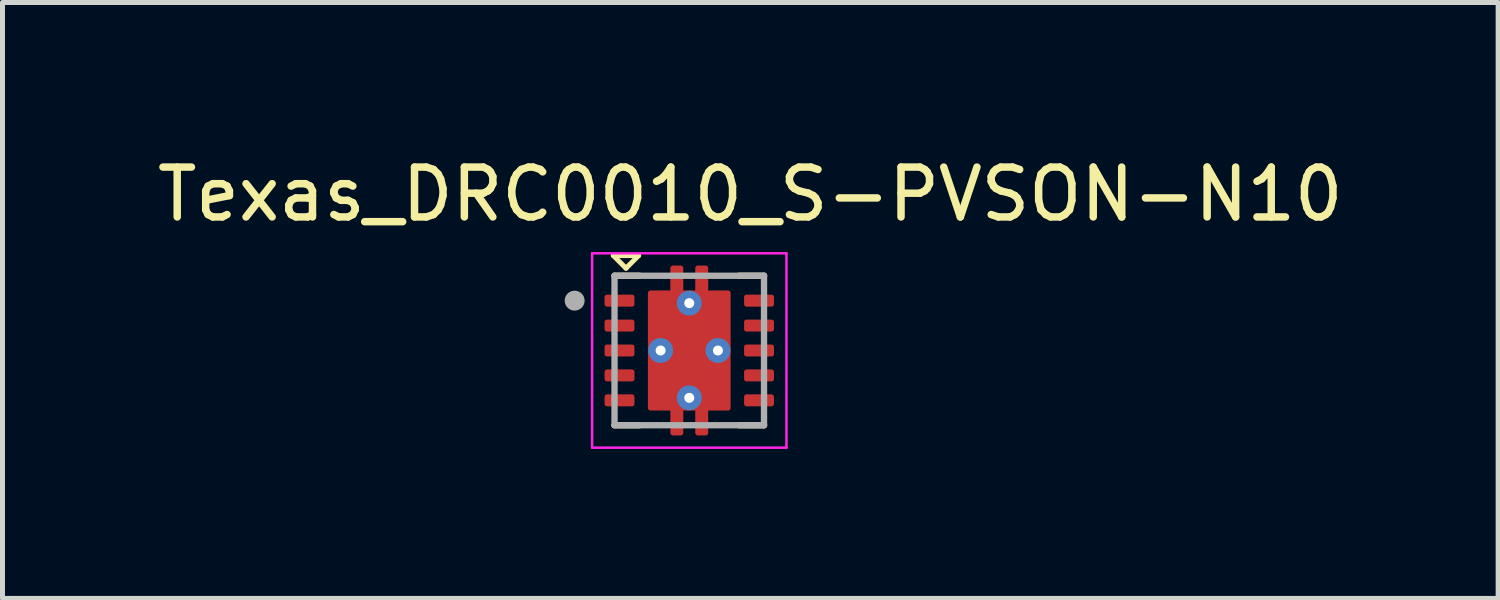
<source format=kicad_pcb>
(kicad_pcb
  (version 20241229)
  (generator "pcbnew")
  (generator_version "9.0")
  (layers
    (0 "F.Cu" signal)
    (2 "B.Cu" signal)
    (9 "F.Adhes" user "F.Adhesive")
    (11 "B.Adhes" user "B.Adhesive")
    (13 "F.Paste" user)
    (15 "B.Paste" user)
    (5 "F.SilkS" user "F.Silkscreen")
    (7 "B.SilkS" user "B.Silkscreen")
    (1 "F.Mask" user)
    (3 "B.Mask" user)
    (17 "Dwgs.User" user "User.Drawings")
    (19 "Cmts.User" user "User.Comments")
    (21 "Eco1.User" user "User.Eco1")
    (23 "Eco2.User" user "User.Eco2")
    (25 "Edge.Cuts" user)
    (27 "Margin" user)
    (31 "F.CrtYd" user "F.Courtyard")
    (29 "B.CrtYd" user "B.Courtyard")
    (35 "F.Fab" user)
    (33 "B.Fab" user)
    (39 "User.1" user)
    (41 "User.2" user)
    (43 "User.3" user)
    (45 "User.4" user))
  (footprint "Texas_DRC0010_S-PVSON-N10"
    (layer "F.Cu")
    (at 10.781 3.983)
    (property "Reference" "Texas_DRC0010_S-PVSON-N10" (at 1.225 -3.135 0) (layer "F.SilkS") (effects (font (size 1 1) (thickness 0.15))))
    (attr smd)
    (fp_poly (pts (xy -1.65 -0.81) (xy -1.15 -0.81) (xy -1.144 -0.81) (xy -1.137 -0.811) (xy -1.131 -0.811) (xy -1.125 -0.813) (xy -1.119 -0.814) (xy -1.113 -0.816) (xy -1.107 -0.818) (xy -1.101 -0.82) (xy -1.096 -0.823) (xy -1.09 -0.826) (xy -1.085 -0.829) (xy -1.079 -0.833) (xy -1.074 -0.837) (xy -1.07 -0.841) (xy -1.065 -0.845) (xy -1.061 -0.85) (xy -1.057 -0.854) (xy -1.053 -0.859) (xy -1.049 -0.865) (xy -1.046 -0.87) (xy -1.043 -0.876) (xy -1.04 -0.881) (xy -1.038 -0.887) (xy -1.036 -0.893) (xy -1.034 -0.899) (xy -1.033 -0.905) (xy -1.031 -0.911) (xy -1.031 -0.917) (xy -1.03 -0.924) (xy -1.03 -0.93) (xy -1.03 -1.07) (xy -1.03 -1.076) (xy -1.031 -1.083) (xy -1.031 -1.089) (xy -1.033 -1.095) (xy -1.034 -1.101) (xy -1.036 -1.107) (xy -1.038 -1.113) (xy -1.04 -1.119) (xy -1.043 -1.124) (xy -1.046 -1.13) (xy -1.049 -1.135) (xy -1.053 -1.141) (xy -1.057 -1.146) (xy -1.061 -1.15) (xy -1.065 -1.155) (xy -1.07 -1.159) (xy -1.074 -1.163) (xy -1.079 -1.167) (xy -1.085 -1.171) (xy -1.09 -1.174) (xy -1.096 -1.177) (xy -1.101 -1.18) (xy -1.107 -1.182) (xy -1.113 -1.184) (xy -1.119 -1.186) (xy -1.125 -1.187) (xy -1.131 -1.189) (xy -1.137 -1.189) (xy -1.144 -1.19) (xy -1.15 -1.19) (xy -1.65 -1.19) (xy -1.656 -1.19) (xy -1.663 -1.189) (xy -1.669 -1.189) (xy -1.675 -1.187) (xy -1.681 -1.186) (xy -1.687 -1.184) (xy -1.693 -1.182) (xy -1.699 -1.18) (xy -1.704 -1.177) (xy -1.71 -1.174) (xy -1.715 -1.171) (xy -1.721 -1.167) (xy -1.726 -1.163) (xy -1.73 -1.159) (xy -1.735 -1.155) (xy -1.739 -1.15) (xy -1.743 -1.146) (xy -1.747 -1.141) (xy -1.751 -1.135) (xy -1.754 -1.13) (xy -1.757 -1.124) (xy -1.76 -1.119) (xy -1.762 -1.113) (xy -1.764 -1.107) (xy -1.766 -1.101) (xy -1.767 -1.095) (xy -1.769 -1.089) (xy -1.769 -1.083) (xy -1.77 -1.076) (xy -1.77 -1.07) (xy -1.77 -0.93) (xy -1.77 -0.924) (xy -1.769 -0.917) (xy -1.769 -0.911) (xy -1.767 -0.905) (xy -1.766 -0.899) (xy -1.764 -0.893) (xy -1.762 -0.887) (xy -1.76 -0.881) (xy -1.757 -0.876) (xy -1.754 -0.87) (xy -1.751 -0.865) (xy -1.747 -0.859) (xy -1.743 -0.854) (xy -1.739 -0.85) (xy -1.735 -0.845) (xy -1.73 -0.841) (xy -1.726 -0.837) (xy -1.721 -0.833) (xy -1.715 -0.829) (xy -1.71 -0.826) (xy -1.704 -0.823) (xy -1.699 -0.82) (xy -1.693 -0.818) (xy -1.687 -0.816) (xy -1.681 -0.814) (xy -1.675 -0.813) (xy -1.669 -0.811) (xy -1.663 -0.811) (xy -1.656 -0.81) (xy -1.65 -0.81)) (stroke (width 0.01) (type solid)) (fill yes) (layer "F.Mask"))
    (fp_poly (pts (xy -1.65 -0.31) (xy -1.15 -0.31) (xy -1.144 -0.31) (xy -1.137 -0.311) (xy -1.131 -0.311) (xy -1.125 -0.313) (xy -1.119 -0.314) (xy -1.113 -0.316) (xy -1.107 -0.318) (xy -1.101 -0.32) (xy -1.096 -0.323) (xy -1.09 -0.326) (xy -1.085 -0.329) (xy -1.079 -0.333) (xy -1.074 -0.337) (xy -1.07 -0.341) (xy -1.065 -0.345) (xy -1.061 -0.35) (xy -1.057 -0.354) (xy -1.053 -0.359) (xy -1.049 -0.365) (xy -1.046 -0.37) (xy -1.043 -0.376) (xy -1.04 -0.381) (xy -1.038 -0.387) (xy -1.036 -0.393) (xy -1.034 -0.399) (xy -1.033 -0.405) (xy -1.031 -0.411) (xy -1.031 -0.417) (xy -1.03 -0.424) (xy -1.03 -0.43) (xy -1.03 -0.57) (xy -1.03 -0.576) (xy -1.031 -0.583) (xy -1.031 -0.589) (xy -1.033 -0.595) (xy -1.034 -0.601) (xy -1.036 -0.607) (xy -1.038 -0.613) (xy -1.04 -0.619) (xy -1.043 -0.624) (xy -1.046 -0.63) (xy -1.049 -0.635) (xy -1.053 -0.641) (xy -1.057 -0.646) (xy -1.061 -0.65) (xy -1.065 -0.655) (xy -1.07 -0.659) (xy -1.074 -0.663) (xy -1.079 -0.667) (xy -1.085 -0.671) (xy -1.09 -0.674) (xy -1.096 -0.677) (xy -1.101 -0.68) (xy -1.107 -0.682) (xy -1.113 -0.684) (xy -1.119 -0.686) (xy -1.125 -0.687) (xy -1.131 -0.689) (xy -1.137 -0.689) (xy -1.144 -0.69) (xy -1.15 -0.69) (xy -1.65 -0.69) (xy -1.656 -0.69) (xy -1.663 -0.689) (xy -1.669 -0.689) (xy -1.675 -0.687) (xy -1.681 -0.686) (xy -1.687 -0.684) (xy -1.693 -0.682) (xy -1.699 -0.68) (xy -1.704 -0.677) (xy -1.71 -0.674) (xy -1.715 -0.671) (xy -1.721 -0.667) (xy -1.726 -0.663) (xy -1.73 -0.659) (xy -1.735 -0.655) (xy -1.739 -0.65) (xy -1.743 -0.646) (xy -1.747 -0.641) (xy -1.751 -0.635) (xy -1.754 -0.63) (xy -1.757 -0.624) (xy -1.76 -0.619) (xy -1.762 -0.613) (xy -1.764 -0.607) (xy -1.766 -0.601) (xy -1.767 -0.595) (xy -1.769 -0.589) (xy -1.769 -0.583) (xy -1.77 -0.576) (xy -1.77 -0.57) (xy -1.77 -0.43) (xy -1.77 -0.424) (xy -1.769 -0.417) (xy -1.769 -0.411) (xy -1.767 -0.405) (xy -1.766 -0.399) (xy -1.764 -0.393) (xy -1.762 -0.387) (xy -1.76 -0.381) (xy -1.757 -0.376) (xy -1.754 -0.37) (xy -1.751 -0.365) (xy -1.747 -0.359) (xy -1.743 -0.354) (xy -1.739 -0.35) (xy -1.735 -0.345) (xy -1.73 -0.341) (xy -1.726 -0.337) (xy -1.721 -0.333) (xy -1.715 -0.329) (xy -1.71 -0.326) (xy -1.704 -0.323) (xy -1.699 -0.32) (xy -1.693 -0.318) (xy -1.687 -0.316) (xy -1.681 -0.314) (xy -1.675 -0.313) (xy -1.669 -0.311) (xy -1.663 -0.311) (xy -1.656 -0.31) (xy -1.65 -0.31)) (stroke (width 0.01) (type solid)) (fill yes) (layer "F.Mask"))
    (fp_poly (pts (xy -1.65 0.19) (xy -1.15 0.19) (xy -1.144 0.19) (xy -1.137 0.189) (xy -1.131 0.189) (xy -1.125 0.187) (xy -1.119 0.186) (xy -1.113 0.184) (xy -1.107 0.182) (xy -1.101 0.18) (xy -1.096 0.177) (xy -1.09 0.174) (xy -1.085 0.171) (xy -1.079 0.167) (xy -1.074 0.163) (xy -1.07 0.159) (xy -1.065 0.155) (xy -1.061 0.15) (xy -1.057 0.146) (xy -1.053 0.141) (xy -1.049 0.135) (xy -1.046 0.13) (xy -1.043 0.124) (xy -1.04 0.119) (xy -1.038 0.113) (xy -1.036 0.107) (xy -1.034 0.101) (xy -1.033 0.095) (xy -1.031 0.089) (xy -1.031 0.083) (xy -1.03 0.076) (xy -1.03 0.07) (xy -1.03 -0.07) (xy -1.03 -0.076) (xy -1.031 -0.083) (xy -1.031 -0.089) (xy -1.033 -0.095) (xy -1.034 -0.101) (xy -1.036 -0.107) (xy -1.038 -0.113) (xy -1.04 -0.119) (xy -1.043 -0.124) (xy -1.046 -0.13) (xy -1.049 -0.135) (xy -1.053 -0.141) (xy -1.057 -0.146) (xy -1.061 -0.15) (xy -1.065 -0.155) (xy -1.07 -0.159) (xy -1.074 -0.163) (xy -1.079 -0.167) (xy -1.085 -0.171) (xy -1.09 -0.174) (xy -1.096 -0.177) (xy -1.101 -0.18) (xy -1.107 -0.182) (xy -1.113 -0.184) (xy -1.119 -0.186) (xy -1.125 -0.187) (xy -1.131 -0.189) (xy -1.137 -0.189) (xy -1.144 -0.19) (xy -1.15 -0.19) (xy -1.65 -0.19) (xy -1.656 -0.19) (xy -1.663 -0.189) (xy -1.669 -0.189) (xy -1.675 -0.187) (xy -1.681 -0.186) (xy -1.687 -0.184) (xy -1.693 -0.182) (xy -1.699 -0.18) (xy -1.704 -0.177) (xy -1.71 -0.174) (xy -1.715 -0.171) (xy -1.721 -0.167) (xy -1.726 -0.163) (xy -1.73 -0.159) (xy -1.735 -0.155) (xy -1.739 -0.15) (xy -1.743 -0.146) (xy -1.747 -0.141) (xy -1.751 -0.135) (xy -1.754 -0.13) (xy -1.757 -0.124) (xy -1.76 -0.119) (xy -1.762 -0.113) (xy -1.764 -0.107) (xy -1.766 -0.101) (xy -1.767 -0.095) (xy -1.769 -0.089) (xy -1.769 -0.083) (xy -1.77 -0.076) (xy -1.77 -0.07) (xy -1.77 0.07) (xy -1.77 0.076) (xy -1.769 0.083) (xy -1.769 0.089) (xy -1.767 0.095) (xy -1.766 0.101) (xy -1.764 0.107) (xy -1.762 0.113) (xy -1.76 0.119) (xy -1.757 0.124) (xy -1.754 0.13) (xy -1.751 0.135) (xy -1.747 0.141) (xy -1.743 0.146) (xy -1.739 0.15) (xy -1.735 0.155) (xy -1.73 0.159) (xy -1.726 0.163) (xy -1.721 0.167) (xy -1.715 0.171) (xy -1.71 0.174) (xy -1.704 0.177) (xy -1.699 0.18) (xy -1.693 0.182) (xy -1.687 0.184) (xy -1.681 0.186) (xy -1.675 0.187) (xy -1.669 0.189) (xy -1.663 0.189) (xy -1.656 0.19) (xy -1.65 0.19)) (stroke (width 0.01) (type solid)) (fill yes) (layer "F.Mask"))
    (fp_poly (pts (xy -1.65 0.69) (xy -1.15 0.69) (xy -1.144 0.69) (xy -1.137 0.689) (xy -1.131 0.689) (xy -1.125 0.687) (xy -1.119 0.686) (xy -1.113 0.684) (xy -1.107 0.682) (xy -1.101 0.68) (xy -1.096 0.677) (xy -1.09 0.674) (xy -1.085 0.671) (xy -1.079 0.667) (xy -1.074 0.663) (xy -1.07 0.659) (xy -1.065 0.655) (xy -1.061 0.65) (xy -1.057 0.646) (xy -1.053 0.641) (xy -1.049 0.635) (xy -1.046 0.63) (xy -1.043 0.624) (xy -1.04 0.619) (xy -1.038 0.613) (xy -1.036 0.607) (xy -1.034 0.601) (xy -1.033 0.595) (xy -1.031 0.589) (xy -1.031 0.583) (xy -1.03 0.576) (xy -1.03 0.57) (xy -1.03 0.43) (xy -1.03 0.424) (xy -1.031 0.417) (xy -1.031 0.411) (xy -1.033 0.405) (xy -1.034 0.399) (xy -1.036 0.393) (xy -1.038 0.387) (xy -1.04 0.381) (xy -1.043 0.376) (xy -1.046 0.37) (xy -1.049 0.365) (xy -1.053 0.359) (xy -1.057 0.354) (xy -1.061 0.35) (xy -1.065 0.345) (xy -1.07 0.341) (xy -1.074 0.337) (xy -1.079 0.333) (xy -1.085 0.329) (xy -1.09 0.326) (xy -1.096 0.323) (xy -1.101 0.32) (xy -1.107 0.318) (xy -1.113 0.316) (xy -1.119 0.314) (xy -1.125 0.313) (xy -1.131 0.311) (xy -1.137 0.311) (xy -1.144 0.31) (xy -1.15 0.31) (xy -1.65 0.31) (xy -1.656 0.31) (xy -1.663 0.311) (xy -1.669 0.311) (xy -1.675 0.313) (xy -1.681 0.314) (xy -1.687 0.316) (xy -1.693 0.318) (xy -1.699 0.32) (xy -1.704 0.323) (xy -1.71 0.326) (xy -1.715 0.329) (xy -1.721 0.333) (xy -1.726 0.337) (xy -1.73 0.341) (xy -1.735 0.345) (xy -1.739 0.35) (xy -1.743 0.354) (xy -1.747 0.359) (xy -1.751 0.365) (xy -1.754 0.37) (xy -1.757 0.376) (xy -1.76 0.381) (xy -1.762 0.387) (xy -1.764 0.393) (xy -1.766 0.399) (xy -1.767 0.405) (xy -1.769 0.411) (xy -1.769 0.417) (xy -1.77 0.424) (xy -1.77 0.43) (xy -1.77 0.57) (xy -1.77 0.576) (xy -1.769 0.583) (xy -1.769 0.589) (xy -1.767 0.595) (xy -1.766 0.601) (xy -1.764 0.607) (xy -1.762 0.613) (xy -1.76 0.619) (xy -1.757 0.624) (xy -1.754 0.63) (xy -1.751 0.635) (xy -1.747 0.641) (xy -1.743 0.646) (xy -1.739 0.65) (xy -1.735 0.655) (xy -1.73 0.659) (xy -1.726 0.663) (xy -1.721 0.667) (xy -1.715 0.671) (xy -1.71 0.674) (xy -1.704 0.677) (xy -1.699 0.68) (xy -1.693 0.682) (xy -1.687 0.684) (xy -1.681 0.686) (xy -1.675 0.687) (xy -1.669 0.689) (xy -1.663 0.689) (xy -1.656 0.69) (xy -1.65 0.69)) (stroke (width 0.01) (type solid)) (fill yes) (layer "F.Mask"))
    (fp_poly (pts (xy -1.65 1.19) (xy -1.15 1.19) (xy -1.144 1.19) (xy -1.137 1.189) (xy -1.131 1.189) (xy -1.125 1.187) (xy -1.119 1.186) (xy -1.113 1.184) (xy -1.107 1.182) (xy -1.101 1.18) (xy -1.096 1.177) (xy -1.09 1.174) (xy -1.085 1.171) (xy -1.079 1.167) (xy -1.074 1.163) (xy -1.07 1.159) (xy -1.065 1.155) (xy -1.061 1.15) (xy -1.057 1.146) (xy -1.053 1.141) (xy -1.049 1.135) (xy -1.046 1.13) (xy -1.043 1.124) (xy -1.04 1.119) (xy -1.038 1.113) (xy -1.036 1.107) (xy -1.034 1.101) (xy -1.033 1.095) (xy -1.031 1.089) (xy -1.031 1.083) (xy -1.03 1.076) (xy -1.03 1.07) (xy -1.03 0.93) (xy -1.03 0.924) (xy -1.031 0.917) (xy -1.031 0.911) (xy -1.033 0.905) (xy -1.034 0.899) (xy -1.036 0.893) (xy -1.038 0.887) (xy -1.04 0.881) (xy -1.043 0.876) (xy -1.046 0.87) (xy -1.049 0.865) (xy -1.053 0.859) (xy -1.057 0.854) (xy -1.061 0.85) (xy -1.065 0.845) (xy -1.07 0.841) (xy -1.074 0.837) (xy -1.079 0.833) (xy -1.085 0.829) (xy -1.09 0.826) (xy -1.096 0.823) (xy -1.101 0.82) (xy -1.107 0.818) (xy -1.113 0.816) (xy -1.119 0.814) (xy -1.125 0.813) (xy -1.131 0.811) (xy -1.137 0.811) (xy -1.144 0.81) (xy -1.15 0.81) (xy -1.65 0.81) (xy -1.656 0.81) (xy -1.663 0.811) (xy -1.669 0.811) (xy -1.675 0.813) (xy -1.681 0.814) (xy -1.687 0.816) (xy -1.693 0.818) (xy -1.699 0.82) (xy -1.704 0.823) (xy -1.71 0.826) (xy -1.715 0.829) (xy -1.721 0.833) (xy -1.726 0.837) (xy -1.73 0.841) (xy -1.735 0.845) (xy -1.739 0.85) (xy -1.743 0.854) (xy -1.747 0.859) (xy -1.751 0.865) (xy -1.754 0.87) (xy -1.757 0.876) (xy -1.76 0.881) (xy -1.762 0.887) (xy -1.764 0.893) (xy -1.766 0.899) (xy -1.767 0.905) (xy -1.769 0.911) (xy -1.769 0.917) (xy -1.77 0.924) (xy -1.77 0.93) (xy -1.77 1.07) (xy -1.77 1.076) (xy -1.769 1.083) (xy -1.769 1.089) (xy -1.767 1.095) (xy -1.766 1.101) (xy -1.764 1.107) (xy -1.762 1.113) (xy -1.76 1.119) (xy -1.757 1.124) (xy -1.754 1.13) (xy -1.751 1.135) (xy -1.747 1.141) (xy -1.743 1.146) (xy -1.739 1.15) (xy -1.735 1.155) (xy -1.73 1.159) (xy -1.726 1.163) (xy -1.721 1.167) (xy -1.715 1.171) (xy -1.71 1.174) (xy -1.704 1.177) (xy -1.699 1.18) (xy -1.693 1.182) (xy -1.687 1.184) (xy -1.681 1.186) (xy -1.675 1.187) (xy -1.669 1.189) (xy -1.663 1.189) (xy -1.656 1.19) (xy -1.65 1.19)) (stroke (width 0.01) (type solid)) (fill yes) (layer "F.Mask"))
    (fp_poly (pts (xy 1.15 -0.81) (xy 1.65 -0.81) (xy 1.656 -0.81) (xy 1.663 -0.811) (xy 1.669 -0.811) (xy 1.675 -0.813) (xy 1.681 -0.814) (xy 1.687 -0.816) (xy 1.693 -0.818) (xy 1.699 -0.82) (xy 1.704 -0.823) (xy 1.71 -0.826) (xy 1.715 -0.829) (xy 1.721 -0.833) (xy 1.726 -0.837) (xy 1.73 -0.841) (xy 1.735 -0.845) (xy 1.739 -0.85) (xy 1.743 -0.854) (xy 1.747 -0.859) (xy 1.751 -0.865) (xy 1.754 -0.87) (xy 1.757 -0.876) (xy 1.76 -0.881) (xy 1.762 -0.887) (xy 1.764 -0.893) (xy 1.766 -0.899) (xy 1.767 -0.905) (xy 1.769 -0.911) (xy 1.769 -0.917) (xy 1.77 -0.924) (xy 1.77 -0.93) (xy 1.77 -1.07) (xy 1.77 -1.076) (xy 1.769 -1.083) (xy 1.769 -1.089) (xy 1.767 -1.095) (xy 1.766 -1.101) (xy 1.764 -1.107) (xy 1.762 -1.113) (xy 1.76 -1.119) (xy 1.757 -1.124) (xy 1.754 -1.13) (xy 1.751 -1.135) (xy 1.747 -1.141) (xy 1.743 -1.146) (xy 1.739 -1.15) (xy 1.735 -1.155) (xy 1.73 -1.159) (xy 1.726 -1.163) (xy 1.721 -1.167) (xy 1.715 -1.171) (xy 1.71 -1.174) (xy 1.704 -1.177) (xy 1.699 -1.18) (xy 1.693 -1.182) (xy 1.687 -1.184) (xy 1.681 -1.186) (xy 1.675 -1.187) (xy 1.669 -1.189) (xy 1.663 -1.189) (xy 1.656 -1.19) (xy 1.65 -1.19) (xy 1.15 -1.19) (xy 1.144 -1.19) (xy 1.137 -1.189) (xy 1.131 -1.189) (xy 1.125 -1.187) (xy 1.119 -1.186) (xy 1.113 -1.184) (xy 1.107 -1.182) (xy 1.101 -1.18) (xy 1.096 -1.177) (xy 1.09 -1.174) (xy 1.085 -1.171) (xy 1.079 -1.167) (xy 1.074 -1.163) (xy 1.07 -1.159) (xy 1.065 -1.155) (xy 1.061 -1.15) (xy 1.057 -1.146) (xy 1.053 -1.141) (xy 1.049 -1.135) (xy 1.046 -1.13) (xy 1.043 -1.124) (xy 1.04 -1.119) (xy 1.038 -1.113) (xy 1.036 -1.107) (xy 1.034 -1.101) (xy 1.033 -1.095) (xy 1.031 -1.089) (xy 1.031 -1.083) (xy 1.03 -1.076) (xy 1.03 -1.07) (xy 1.03 -0.93) (xy 1.03 -0.924) (xy 1.031 -0.917) (xy 1.031 -0.911) (xy 1.033 -0.905) (xy 1.034 -0.899) (xy 1.036 -0.893) (xy 1.038 -0.887) (xy 1.04 -0.881) (xy 1.043 -0.876) (xy 1.046 -0.87) (xy 1.049 -0.865) (xy 1.053 -0.859) (xy 1.057 -0.854) (xy 1.061 -0.85) (xy 1.065 -0.845) (xy 1.07 -0.841) (xy 1.074 -0.837) (xy 1.079 -0.833) (xy 1.085 -0.829) (xy 1.09 -0.826) (xy 1.096 -0.823) (xy 1.101 -0.82) (xy 1.107 -0.818) (xy 1.113 -0.816) (xy 1.119 -0.814) (xy 1.125 -0.813) (xy 1.131 -0.811) (xy 1.137 -0.811) (xy 1.144 -0.81) (xy 1.15 -0.81)) (stroke (width 0.01) (type solid)) (fill yes) (layer "F.Mask"))
    (fp_poly (pts (xy 1.15 -0.31) (xy 1.65 -0.31) (xy 1.656 -0.31) (xy 1.663 -0.311) (xy 1.669 -0.311) (xy 1.675 -0.313) (xy 1.681 -0.314) (xy 1.687 -0.316) (xy 1.693 -0.318) (xy 1.699 -0.32) (xy 1.704 -0.323) (xy 1.71 -0.326) (xy 1.715 -0.329) (xy 1.721 -0.333) (xy 1.726 -0.337) (xy 1.73 -0.341) (xy 1.735 -0.345) (xy 1.739 -0.35) (xy 1.743 -0.354) (xy 1.747 -0.359) (xy 1.751 -0.365) (xy 1.754 -0.37) (xy 1.757 -0.376) (xy 1.76 -0.381) (xy 1.762 -0.387) (xy 1.764 -0.393) (xy 1.766 -0.399) (xy 1.767 -0.405) (xy 1.769 -0.411) (xy 1.769 -0.417) (xy 1.77 -0.424) (xy 1.77 -0.43) (xy 1.77 -0.57) (xy 1.77 -0.576) (xy 1.769 -0.583) (xy 1.769 -0.589) (xy 1.767 -0.595) (xy 1.766 -0.601) (xy 1.764 -0.607) (xy 1.762 -0.613) (xy 1.76 -0.619) (xy 1.757 -0.624) (xy 1.754 -0.63) (xy 1.751 -0.635) (xy 1.747 -0.641) (xy 1.743 -0.646) (xy 1.739 -0.65) (xy 1.735 -0.655) (xy 1.73 -0.659) (xy 1.726 -0.663) (xy 1.721 -0.667) (xy 1.715 -0.671) (xy 1.71 -0.674) (xy 1.704 -0.677) (xy 1.699 -0.68) (xy 1.693 -0.682) (xy 1.687 -0.684) (xy 1.681 -0.686) (xy 1.675 -0.687) (xy 1.669 -0.689) (xy 1.663 -0.689) (xy 1.656 -0.69) (xy 1.65 -0.69) (xy 1.15 -0.69) (xy 1.144 -0.69) (xy 1.137 -0.689) (xy 1.131 -0.689) (xy 1.125 -0.687) (xy 1.119 -0.686) (xy 1.113 -0.684) (xy 1.107 -0.682) (xy 1.101 -0.68) (xy 1.096 -0.677) (xy 1.09 -0.674) (xy 1.085 -0.671) (xy 1.079 -0.667) (xy 1.074 -0.663) (xy 1.07 -0.659) (xy 1.065 -0.655) (xy 1.061 -0.65) (xy 1.057 -0.646) (xy 1.053 -0.641) (xy 1.049 -0.635) (xy 1.046 -0.63) (xy 1.043 -0.624) (xy 1.04 -0.619) (xy 1.038 -0.613) (xy 1.036 -0.607) (xy 1.034 -0.601) (xy 1.033 -0.595) (xy 1.031 -0.589) (xy 1.031 -0.583) (xy 1.03 -0.576) (xy 1.03 -0.57) (xy 1.03 -0.43) (xy 1.03 -0.424) (xy 1.031 -0.417) (xy 1.031 -0.411) (xy 1.033 -0.405) (xy 1.034 -0.399) (xy 1.036 -0.393) (xy 1.038 -0.387) (xy 1.04 -0.381) (xy 1.043 -0.376) (xy 1.046 -0.37) (xy 1.049 -0.365) (xy 1.053 -0.359) (xy 1.057 -0.354) (xy 1.061 -0.35) (xy 1.065 -0.345) (xy 1.07 -0.341) (xy 1.074 -0.337) (xy 1.079 -0.333) (xy 1.085 -0.329) (xy 1.09 -0.326) (xy 1.096 -0.323) (xy 1.101 -0.32) (xy 1.107 -0.318) (xy 1.113 -0.316) (xy 1.119 -0.314) (xy 1.125 -0.313) (xy 1.131 -0.311) (xy 1.137 -0.311) (xy 1.144 -0.31) (xy 1.15 -0.31)) (stroke (width 0.01) (type solid)) (fill yes) (layer "F.Mask"))
    (fp_poly (pts (xy 1.15 0.19) (xy 1.65 0.19) (xy 1.656 0.19) (xy 1.663 0.189) (xy 1.669 0.189) (xy 1.675 0.187) (xy 1.681 0.186) (xy 1.687 0.184) (xy 1.693 0.182) (xy 1.699 0.18) (xy 1.704 0.177) (xy 1.71 0.174) (xy 1.715 0.171) (xy 1.721 0.167) (xy 1.726 0.163) (xy 1.73 0.159) (xy 1.735 0.155) (xy 1.739 0.15) (xy 1.743 0.146) (xy 1.747 0.141) (xy 1.751 0.135) (xy 1.754 0.13) (xy 1.757 0.124) (xy 1.76 0.119) (xy 1.762 0.113) (xy 1.764 0.107) (xy 1.766 0.101) (xy 1.767 0.095) (xy 1.769 0.089) (xy 1.769 0.083) (xy 1.77 0.076) (xy 1.77 0.07) (xy 1.77 -0.07) (xy 1.77 -0.076) (xy 1.769 -0.083) (xy 1.769 -0.089) (xy 1.767 -0.095) (xy 1.766 -0.101) (xy 1.764 -0.107) (xy 1.762 -0.113) (xy 1.76 -0.119) (xy 1.757 -0.124) (xy 1.754 -0.13) (xy 1.751 -0.135) (xy 1.747 -0.141) (xy 1.743 -0.146) (xy 1.739 -0.15) (xy 1.735 -0.155) (xy 1.73 -0.159) (xy 1.726 -0.163) (xy 1.721 -0.167) (xy 1.715 -0.171) (xy 1.71 -0.174) (xy 1.704 -0.177) (xy 1.699 -0.18) (xy 1.693 -0.182) (xy 1.687 -0.184) (xy 1.681 -0.186) (xy 1.675 -0.187) (xy 1.669 -0.189) (xy 1.663 -0.189) (xy 1.656 -0.19) (xy 1.65 -0.19) (xy 1.15 -0.19) (xy 1.144 -0.19) (xy 1.137 -0.189) (xy 1.131 -0.189) (xy 1.125 -0.187) (xy 1.119 -0.186) (xy 1.113 -0.184) (xy 1.107 -0.182) (xy 1.101 -0.18) (xy 1.096 -0.177) (xy 1.09 -0.174) (xy 1.085 -0.171) (xy 1.079 -0.167) (xy 1.074 -0.163) (xy 1.07 -0.159) (xy 1.065 -0.155) (xy 1.061 -0.15) (xy 1.057 -0.146) (xy 1.053 -0.141) (xy 1.049 -0.135) (xy 1.046 -0.13) (xy 1.043 -0.124) (xy 1.04 -0.119) (xy 1.038 -0.113) (xy 1.036 -0.107) (xy 1.034 -0.101) (xy 1.033 -0.095) (xy 1.031 -0.089) (xy 1.031 -0.083) (xy 1.03 -0.076) (xy 1.03 -0.07) (xy 1.03 0.07) (xy 1.03 0.076) (xy 1.031 0.083) (xy 1.031 0.089) (xy 1.033 0.095) (xy 1.034 0.101) (xy 1.036 0.107) (xy 1.038 0.113) (xy 1.04 0.119) (xy 1.043 0.124) (xy 1.046 0.13) (xy 1.049 0.135) (xy 1.053 0.141) (xy 1.057 0.146) (xy 1.061 0.15) (xy 1.065 0.155) (xy 1.07 0.159) (xy 1.074 0.163) (xy 1.079 0.167) (xy 1.085 0.171) (xy 1.09 0.174) (xy 1.096 0.177) (xy 1.101 0.18) (xy 1.107 0.182) (xy 1.113 0.184) (xy 1.119 0.186) (xy 1.125 0.187) (xy 1.131 0.189) (xy 1.137 0.189) (xy 1.144 0.19) (xy 1.15 0.19)) (stroke (width 0.01) (type solid)) (fill yes) (layer "F.Mask"))
    (fp_poly (pts (xy 1.15 0.69) (xy 1.65 0.69) (xy 1.656 0.69) (xy 1.663 0.689) (xy 1.669 0.689) (xy 1.675 0.687) (xy 1.681 0.686) (xy 1.687 0.684) (xy 1.693 0.682) (xy 1.699 0.68) (xy 1.704 0.677) (xy 1.71 0.674) (xy 1.715 0.671) (xy 1.721 0.667) (xy 1.726 0.663) (xy 1.73 0.659) (xy 1.735 0.655) (xy 1.739 0.65) (xy 1.743 0.646) (xy 1.747 0.641) (xy 1.751 0.635) (xy 1.754 0.63) (xy 1.757 0.624) (xy 1.76 0.619) (xy 1.762 0.613) (xy 1.764 0.607) (xy 1.766 0.601) (xy 1.767 0.595) (xy 1.769 0.589) (xy 1.769 0.583) (xy 1.77 0.576) (xy 1.77 0.57) (xy 1.77 0.43) (xy 1.77 0.424) (xy 1.769 0.417) (xy 1.769 0.411) (xy 1.767 0.405) (xy 1.766 0.399) (xy 1.764 0.393) (xy 1.762 0.387) (xy 1.76 0.381) (xy 1.757 0.376) (xy 1.754 0.37) (xy 1.751 0.365) (xy 1.747 0.359) (xy 1.743 0.354) (xy 1.739 0.35) (xy 1.735 0.345) (xy 1.73 0.341) (xy 1.726 0.337) (xy 1.721 0.333) (xy 1.715 0.329) (xy 1.71 0.326) (xy 1.704 0.323) (xy 1.699 0.32) (xy 1.693 0.318) (xy 1.687 0.316) (xy 1.681 0.314) (xy 1.675 0.313) (xy 1.669 0.311) (xy 1.663 0.311) (xy 1.656 0.31) (xy 1.65 0.31) (xy 1.15 0.31) (xy 1.144 0.31) (xy 1.137 0.311) (xy 1.131 0.311) (xy 1.125 0.313) (xy 1.119 0.314) (xy 1.113 0.316) (xy 1.107 0.318) (xy 1.101 0.32) (xy 1.096 0.323) (xy 1.09 0.326) (xy 1.085 0.329) (xy 1.079 0.333) (xy 1.074 0.337) (xy 1.07 0.341) (xy 1.065 0.345) (xy 1.061 0.35) (xy 1.057 0.354) (xy 1.053 0.359) (xy 1.049 0.365) (xy 1.046 0.37) (xy 1.043 0.376) (xy 1.04 0.381) (xy 1.038 0.387) (xy 1.036 0.393) (xy 1.034 0.399) (xy 1.033 0.405) (xy 1.031 0.411) (xy 1.031 0.417) (xy 1.03 0.424) (xy 1.03 0.43) (xy 1.03 0.57) (xy 1.03 0.576) (xy 1.031 0.583) (xy 1.031 0.589) (xy 1.033 0.595) (xy 1.034 0.601) (xy 1.036 0.607) (xy 1.038 0.613) (xy 1.04 0.619) (xy 1.043 0.624) (xy 1.046 0.63) (xy 1.049 0.635) (xy 1.053 0.641) (xy 1.057 0.646) (xy 1.061 0.65) (xy 1.065 0.655) (xy 1.07 0.659) (xy 1.074 0.663) (xy 1.079 0.667) (xy 1.085 0.671) (xy 1.09 0.674) (xy 1.096 0.677) (xy 1.101 0.68) (xy 1.107 0.682) (xy 1.113 0.684) (xy 1.119 0.686) (xy 1.125 0.687) (xy 1.131 0.689) (xy 1.137 0.689) (xy 1.144 0.69) (xy 1.15 0.69)) (stroke (width 0.01) (type solid)) (fill yes) (layer "F.Mask"))
    (fp_poly (pts (xy 1.15 1.19) (xy 1.65 1.19) (xy 1.656 1.19) (xy 1.663 1.189) (xy 1.669 1.189) (xy 1.675 1.187) (xy 1.681 1.186) (xy 1.687 1.184) (xy 1.693 1.182) (xy 1.699 1.18) (xy 1.704 1.177) (xy 1.71 1.174) (xy 1.715 1.171) (xy 1.721 1.167) (xy 1.726 1.163) (xy 1.73 1.159) (xy 1.735 1.155) (xy 1.739 1.15) (xy 1.743 1.146) (xy 1.747 1.141) (xy 1.751 1.135) (xy 1.754 1.13) (xy 1.757 1.124) (xy 1.76 1.119) (xy 1.762 1.113) (xy 1.764 1.107) (xy 1.766 1.101) (xy 1.767 1.095) (xy 1.769 1.089) (xy 1.769 1.083) (xy 1.77 1.076) (xy 1.77 1.07) (xy 1.77 0.93) (xy 1.77 0.924) (xy 1.769 0.917) (xy 1.769 0.911) (xy 1.767 0.905) (xy 1.766 0.899) (xy 1.764 0.893) (xy 1.762 0.887) (xy 1.76 0.881) (xy 1.757 0.876) (xy 1.754 0.87) (xy 1.751 0.865) (xy 1.747 0.859) (xy 1.743 0.854) (xy 1.739 0.85) (xy 1.735 0.845) (xy 1.73 0.841) (xy 1.726 0.837) (xy 1.721 0.833) (xy 1.715 0.829) (xy 1.71 0.826) (xy 1.704 0.823) (xy 1.699 0.82) (xy 1.693 0.818) (xy 1.687 0.816) (xy 1.681 0.814) (xy 1.675 0.813) (xy 1.669 0.811) (xy 1.663 0.811) (xy 1.656 0.81) (xy 1.65 0.81) (xy 1.15 0.81) (xy 1.144 0.81) (xy 1.137 0.811) (xy 1.131 0.811) (xy 1.125 0.813) (xy 1.119 0.814) (xy 1.113 0.816) (xy 1.107 0.818) (xy 1.101 0.82) (xy 1.096 0.823) (xy 1.09 0.826) (xy 1.085 0.829) (xy 1.079 0.833) (xy 1.074 0.837) (xy 1.07 0.841) (xy 1.065 0.845) (xy 1.061 0.85) (xy 1.057 0.854) (xy 1.053 0.859) (xy 1.049 0.865) (xy 1.046 0.87) (xy 1.043 0.876) (xy 1.04 0.881) (xy 1.038 0.887) (xy 1.036 0.893) (xy 1.034 0.899) (xy 1.033 0.905) (xy 1.031 0.911) (xy 1.031 0.917) (xy 1.03 0.924) (xy 1.03 0.93) (xy 1.03 1.07) (xy 1.03 1.076) (xy 1.031 1.083) (xy 1.031 1.089) (xy 1.033 1.095) (xy 1.034 1.101) (xy 1.036 1.107) (xy 1.038 1.113) (xy 1.04 1.119) (xy 1.043 1.124) (xy 1.046 1.13) (xy 1.049 1.135) (xy 1.053 1.141) (xy 1.057 1.146) (xy 1.061 1.15) (xy 1.065 1.155) (xy 1.07 1.159) (xy 1.074 1.163) (xy 1.079 1.167) (xy 1.085 1.171) (xy 1.09 1.174) (xy 1.096 1.177) (xy 1.101 1.18) (xy 1.107 1.182) (xy 1.113 1.184) (xy 1.119 1.186) (xy 1.125 1.187) (xy 1.131 1.189) (xy 1.137 1.189) (xy 1.144 1.19) (xy 1.15 1.19)) (stroke (width 0.01) (type solid)) (fill yes) (layer "F.Mask"))
    (fp_poly (pts (xy -0.445 1.27) (xy -0.775 1.27) (xy -0.781 1.27) (xy -0.788 1.269) (xy -0.794 1.269) (xy -0.8 1.267) (xy -0.806 1.266) (xy -0.812 1.264) (xy -0.818 1.262) (xy -0.824 1.26) (xy -0.829 1.257) (xy -0.835 1.254) (xy -0.84 1.251) (xy -0.846 1.247) (xy -0.851 1.243) (xy -0.855 1.239) (xy -0.86 1.235) (xy -0.864 1.23) (xy -0.868 1.226) (xy -0.872 1.221) (xy -0.876 1.215) (xy -0.879 1.21) (xy -0.882 1.204) (xy -0.885 1.199) (xy -0.887 1.193) (xy -0.889 1.187) (xy -0.891 1.181) (xy -0.892 1.175) (xy -0.894 1.169) (xy -0.894 1.163) (xy -0.895 1.156) (xy -0.895 1.15) (xy -0.895 -1.15) (xy -0.895 -1.156) (xy -0.894 -1.163) (xy -0.894 -1.169) (xy -0.892 -1.175) (xy -0.891 -1.181) (xy -0.889 -1.187) (xy -0.887 -1.193) (xy -0.885 -1.199) (xy -0.882 -1.204) (xy -0.879 -1.21) (xy -0.876 -1.215) (xy -0.872 -1.221) (xy -0.868 -1.226) (xy -0.864 -1.23) (xy -0.86 -1.235) (xy -0.855 -1.239) (xy -0.851 -1.243) (xy -0.846 -1.247) (xy -0.84 -1.251) (xy -0.835 -1.254) (xy -0.829 -1.257) (xy -0.824 -1.26) (xy -0.818 -1.262) (xy -0.812 -1.264) (xy -0.806 -1.266) (xy -0.8 -1.267) (xy -0.794 -1.269) (xy -0.788 -1.269) (xy -0.781 -1.27) (xy -0.775 -1.27) (xy -0.445 -1.27) (xy -0.445 -1.65) (xy -0.445 -1.656) (xy -0.444 -1.663) (xy -0.444 -1.669) (xy -0.442 -1.675) (xy -0.441 -1.681) (xy -0.439 -1.687) (xy -0.437 -1.693) (xy -0.435 -1.699) (xy -0.432 -1.704) (xy -0.429 -1.71) (xy -0.426 -1.715) (xy -0.422 -1.721) (xy -0.418 -1.726) (xy -0.414 -1.73) (xy -0.41 -1.735) (xy -0.405 -1.739) (xy -0.401 -1.743) (xy -0.396 -1.747) (xy -0.39 -1.751) (xy -0.385 -1.754) (xy -0.379 -1.757) (xy -0.374 -1.76) (xy -0.368 -1.762) (xy -0.362 -1.764) (xy -0.356 -1.766) (xy -0.35 -1.767) (xy -0.344 -1.769) (xy -0.338 -1.769) (xy -0.331 -1.77) (xy -0.325 -1.77) (xy -0.175 -1.77) (xy -0.169 -1.77) (xy -0.162 -1.769) (xy -0.156 -1.769) (xy -0.15 -1.767) (xy -0.144 -1.766) (xy -0.138 -1.764) (xy -0.132 -1.762) (xy -0.126 -1.76) (xy -0.121 -1.757) (xy -0.115 -1.754) (xy -0.11 -1.751) (xy -0.104 -1.747) (xy -0.099 -1.743) (xy -0.095 -1.739) (xy -0.09 -1.735) (xy -0.086 -1.73) (xy -0.082 -1.726) (xy -0.078 -1.721) (xy -0.074 -1.715) (xy -0.071 -1.71) (xy -0.068 -1.704) (xy -0.065 -1.699) (xy -0.063 -1.693) (xy -0.061 -1.687) (xy -0.059 -1.681) (xy -0.058 -1.675) (xy -0.056 -1.669) (xy -0.056 -1.663) (xy -0.055 -1.656) (xy -0.055 -1.65) (xy -0.055 -1.27) (xy 0.055 -1.27) (xy 0.055 -1.65) (xy 0.055 -1.656) (xy 0.056 -1.663) (xy 0.056 -1.669) (xy 0.058 -1.675) (xy 0.059 -1.681) (xy 0.061 -1.687) (xy 0.063 -1.693) (xy 0.065 -1.699) (xy 0.068 -1.704) (xy 0.071 -1.71) (xy 0.074 -1.715) (xy 0.078 -1.721) (xy 0.082 -1.726) (xy 0.086 -1.73) (xy 0.09 -1.735) (xy 0.095 -1.739) (xy 0.099 -1.743) (xy 0.104 -1.747) (xy 0.11 -1.751) (xy 0.115 -1.754) (xy 0.121 -1.757) (xy 0.126 -1.76) (xy 0.132 -1.762) (xy 0.138 -1.764) (xy 0.144 -1.766) (xy 0.15 -1.767) (xy 0.156 -1.769) (xy 0.162 -1.769) (xy 0.169 -1.77) (xy 0.175 -1.77) (xy 0.325 -1.77) (xy 0.331 -1.77) (xy 0.338 -1.769) (xy 0.344 -1.769) (xy 0.35 -1.767) (xy 0.356 -1.766) (xy 0.362 -1.764) (xy 0.368 -1.762) (xy 0.374 -1.76) (xy 0.379 -1.757) (xy 0.385 -1.754) (xy 0.39 -1.751) (xy 0.396 -1.747) (xy 0.401 -1.743) (xy 0.405 -1.739) (xy 0.41 -1.735) (xy 0.414 -1.73) (xy 0.418 -1.726) (xy 0.422 -1.721) (xy 0.426 -1.715) (xy 0.429 -1.71) (xy 0.432 -1.704) (xy 0.435 -1.699) (xy 0.437 -1.693) (xy 0.439 -1.687) (xy 0.441 -1.681) (xy 0.442 -1.675) (xy 0.444 -1.669) (xy 0.444 -1.663) (xy 0.445 -1.656) (xy 0.445 -1.65) (xy 0.445 -1.27) (xy 0.775 -1.27) (xy 0.781 -1.27) (xy 0.788 -1.269) (xy 0.794 -1.269) (xy 0.8 -1.267) (xy 0.806 -1.266) (xy 0.812 -1.264) (xy 0.818 -1.262) (xy 0.824 -1.26) (xy 0.829 -1.257) (xy 0.835 -1.254) (xy 0.84 -1.251) (xy 0.846 -1.247) (xy 0.851 -1.243) (xy 0.855 -1.239) (xy 0.86 -1.235) (xy 0.864 -1.23) (xy 0.868 -1.226) (xy 0.872 -1.221) (xy 0.876 -1.215) (xy 0.879 -1.21) (xy 0.882 -1.204) (xy 0.885 -1.199) (xy 0.887 -1.193) (xy 0.889 -1.187) (xy 0.891 -1.181) (xy 0.892 -1.175) (xy 0.894 -1.169) (xy 0.894 -1.163) (xy 0.895 -1.156) (xy 0.895 -1.15) (xy 0.895 1.15) (xy 0.895 1.156) (xy 0.894 1.163) (xy 0.894 1.169) (xy 0.892 1.175) (xy 0.891 1.181) (xy 0.889 1.187) (xy 0.887 1.193) (xy 0.885 1.199) (xy 0.882 1.204) (xy 0.879 1.21) (xy 0.876 1.215) (xy 0.872 1.221) (xy 0.868 1.226) (xy 0.864 1.23) (xy 0.86 1.235) (xy 0.855 1.239) (xy 0.851 1.243) (xy 0.846 1.247) (xy 0.84 1.251) (xy 0.835 1.254) (xy 0.829 1.257) (xy 0.824 1.26) (xy 0.818 1.262) (xy 0.812 1.264) (xy 0.806 1.266) (xy 0.8 1.267) (xy 0.794 1.269) (xy 0.788 1.269) (xy 0.781 1.27) (xy 0.775 1.27) (xy 0.445 1.27) (xy 0.445 1.65) (xy 0.445 1.656) (xy 0.444 1.663) (xy 0.444 1.669) (xy 0.442 1.675) (xy 0.441 1.681) (xy 0.439 1.687) (xy 0.437 1.693) (xy 0.435 1.699) (xy 0.432 1.704) (xy 0.429 1.71) (xy 0.426 1.715) (xy 0.422 1.721) (xy 0.418 1.726) (xy 0.414 1.73) (xy 0.41 1.735) (xy 0.405 1.739) (xy 0.401 1.743) (xy 0.396 1.747) (xy 0.39 1.751) (xy 0.385 1.754) (xy 0.379 1.757) (xy 0.374 1.76) (xy 0.368 1.762) (xy 0.362 1.764) (xy 0.356 1.766) (xy 0.35 1.767) (xy 0.344 1.769) (xy 0.338 1.769) (xy 0.331 1.77) (xy 0.325 1.77) (xy 0.175 1.77) (xy 0.169 1.77) (xy 0.162 1.769) (xy 0.156 1.769) (xy 0.15 1.767) (xy 0.144 1.766) (xy 0.138 1.764) (xy 0.132 1.762) (xy 0.126 1.76) (xy 0.121 1.757) (xy 0.115 1.754) (xy 0.11 1.751) (xy 0.104 1.747) (xy 0.099 1.743) (xy 0.095 1.739) (xy 0.09 1.735) (xy 0.086 1.73) (xy 0.082 1.726) (xy 0.078 1.721) (xy 0.074 1.715) (xy 0.071 1.71) (xy 0.068 1.704) (xy 0.065 1.699) (xy 0.063 1.693) (xy 0.061 1.687) (xy 0.059 1.681) (xy 0.058 1.675) (xy 0.056 1.669) (xy 0.056 1.663) (xy 0.055 1.656) (xy 0.055 1.65) (xy 0.055 1.27) (xy -0.055 1.27) (xy -0.055 1.65) (xy -0.055 1.656) (xy -0.056 1.663) (xy -0.056 1.669) (xy -0.058 1.675) (xy -0.059 1.681) (xy -0.061 1.687) (xy -0.063 1.693) (xy -0.065 1.699) (xy -0.068 1.704) (xy -0.071 1.71) (xy -0.074 1.715) (xy -0.078 1.721) (xy -0.082 1.726) (xy -0.086 1.73) (xy -0.09 1.735) (xy -0.095 1.739) (xy -0.099 1.743) (xy -0.104 1.747) (xy -0.11 1.751) (xy -0.115 1.754) (xy -0.121 1.757) (xy -0.126 1.76) (xy -0.132 1.762) (xy -0.138 1.764) (xy -0.144 1.766) (xy -0.15 1.767) (xy -0.156 1.769) (xy -0.162 1.769) (xy -0.169 1.77) (xy -0.175 1.77) (xy -0.325 1.77) (xy -0.331 1.77) (xy -0.338 1.769) (xy -0.344 1.769) (xy -0.35 1.767) (xy -0.356 1.766) (xy -0.362 1.764) (xy -0.368 1.762) (xy -0.374 1.76) (xy -0.379 1.757) (xy -0.385 1.754) (xy -0.39 1.751) (xy -0.396 1.747) (xy -0.401 1.743) (xy -0.405 1.739) (xy -0.41 1.735) (xy -0.414 1.73) (xy -0.418 1.726) (xy -0.422 1.721) (xy -0.426 1.715) (xy -0.429 1.71) (xy -0.432 1.704) (xy -0.435 1.699) (xy -0.437 1.693) (xy -0.439 1.687) (xy -0.441 1.681) (xy -0.442 1.675) (xy -0.444 1.669) (xy -0.444 1.663) (xy -0.445 1.656) (xy -0.445 1.65) (xy -0.445 1.27)) (stroke (width 0.01) (type solid)) (fill yes) (layer "F.Mask"))
    (fp_line (start -1.524 -1.905) (end -1.27 -1.651) (stroke (width 0.1) (type default)) (layer "F.SilkS"))
    (fp_line (start -1.5 -1.5) (end -1 -1.5) (stroke (width 0.127) (type solid)) (layer "F.SilkS"))
    (fp_line (start -1.5 1.5) (end -1 1.5) (stroke (width 0.127) (type solid)) (layer "F.SilkS"))
    (fp_line (start -1.27 -1.651) (end -1.016 -1.905) (stroke (width 0.1) (type default)) (layer "F.SilkS"))
    (fp_line (start -1.016 -1.905) (end -1.524 -1.905) (stroke (width 0.1) (type default)) (layer "F.SilkS"))
    (fp_line (start 1.5 -1.5) (end 1 -1.5) (stroke (width 0.127) (type solid)) (layer "F.SilkS"))
    (fp_line (start 1.5 1.5) (end 1 1.5) (stroke (width 0.127) (type solid)) (layer "F.SilkS"))
    (fp_poly (pts (xy -0.325 -1.36) (xy -0.175 -1.36) (xy -0.172 -1.36) (xy -0.17 -1.36) (xy -0.167 -1.361) (xy -0.165 -1.361) (xy -0.162 -1.362) (xy -0.16 -1.362) (xy -0.157 -1.363) (xy -0.155 -1.364) (xy -0.152 -1.365) (xy -0.15 -1.367) (xy -0.148 -1.368) (xy -0.146 -1.37) (xy -0.144 -1.371) (xy -0.142 -1.373) (xy -0.14 -1.375) (xy -0.138 -1.377) (xy -0.136 -1.379) (xy -0.135 -1.381) (xy -0.133 -1.383) (xy -0.132 -1.385) (xy -0.13 -1.387) (xy -0.129 -1.39) (xy -0.128 -1.392) (xy -0.127 -1.395) (xy -0.127 -1.397) (xy -0.126 -1.4) (xy -0.126 -1.402) (xy -0.125 -1.405) (xy -0.125 -1.407) (xy -0.125 -1.41) (xy -0.125 -1.65) (xy -0.125 -1.653) (xy -0.125 -1.655) (xy -0.126 -1.658) (xy -0.126 -1.66) (xy -0.127 -1.663) (xy -0.127 -1.665) (xy -0.128 -1.668) (xy -0.129 -1.67) (xy -0.13 -1.673) (xy -0.132 -1.675) (xy -0.133 -1.677) (xy -0.135 -1.679) (xy -0.136 -1.681) (xy -0.138 -1.683) (xy -0.14 -1.685) (xy -0.142 -1.687) (xy -0.144 -1.689) (xy -0.146 -1.69) (xy -0.148 -1.692) (xy -0.15 -1.693) (xy -0.152 -1.695) (xy -0.155 -1.696) (xy -0.157 -1.697) (xy -0.16 -1.698) (xy -0.162 -1.698) (xy -0.165 -1.699) (xy -0.167 -1.699) (xy -0.17 -1.7) (xy -0.172 -1.7) (xy -0.175 -1.7) (xy -0.325 -1.7) (xy -0.328 -1.7) (xy -0.33 -1.7) (xy -0.333 -1.699) (xy -0.335 -1.699) (xy -0.338 -1.698) (xy -0.34 -1.698) (xy -0.343 -1.697) (xy -0.345 -1.696) (xy -0.348 -1.695) (xy -0.35 -1.693) (xy -0.352 -1.692) (xy -0.354 -1.69) (xy -0.356 -1.689) (xy -0.358 -1.687) (xy -0.36 -1.685) (xy -0.362 -1.683) (xy -0.364 -1.681) (xy -0.365 -1.679) (xy -0.367 -1.677) (xy -0.368 -1.675) (xy -0.37 -1.673) (xy -0.371 -1.67) (xy -0.372 -1.668) (xy -0.373 -1.665) (xy -0.373 -1.663) (xy -0.374 -1.66) (xy -0.374 -1.658) (xy -0.375 -1.655) (xy -0.375 -1.653) (xy -0.375 -1.65) (xy -0.375 -1.41) (xy -0.375 -1.407) (xy -0.375 -1.405) (xy -0.374 -1.402) (xy -0.374 -1.4) (xy -0.373 -1.397) (xy -0.373 -1.395) (xy -0.372 -1.392) (xy -0.371 -1.39) (xy -0.37 -1.387) (xy -0.368 -1.385) (xy -0.367 -1.383) (xy -0.365 -1.381) (xy -0.364 -1.379) (xy -0.362 -1.377) (xy -0.36 -1.375) (xy -0.358 -1.373) (xy -0.356 -1.371) (xy -0.354 -1.37) (xy -0.352 -1.368) (xy -0.35 -1.367) (xy -0.348 -1.365) (xy -0.345 -1.364) (xy -0.343 -1.363) (xy -0.34 -1.362) (xy -0.338 -1.362) (xy -0.335 -1.361) (xy -0.333 -1.361) (xy -0.33 -1.36) (xy -0.328 -1.36) (xy -0.325 -1.36)) (stroke (width 0.01) (type solid)) (fill yes) (layer "F.Paste"))
    (fp_poly (pts (xy -0.325 1.7) (xy -0.175 1.7) (xy -0.172 1.7) (xy -0.17 1.7) (xy -0.167 1.699) (xy -0.165 1.699) (xy -0.162 1.698) (xy -0.16 1.698) (xy -0.157 1.697) (xy -0.155 1.696) (xy -0.152 1.695) (xy -0.15 1.693) (xy -0.148 1.692) (xy -0.146 1.69) (xy -0.144 1.689) (xy -0.142 1.687) (xy -0.14 1.685) (xy -0.138 1.683) (xy -0.136 1.681) (xy -0.135 1.679) (xy -0.133 1.677) (xy -0.132 1.675) (xy -0.13 1.673) (xy -0.129 1.67) (xy -0.128 1.668) (xy -0.127 1.665) (xy -0.127 1.663) (xy -0.126 1.66) (xy -0.126 1.658) (xy -0.125 1.655) (xy -0.125 1.653) (xy -0.125 1.65) (xy -0.125 1.41) (xy -0.125 1.407) (xy -0.125 1.405) (xy -0.126 1.402) (xy -0.126 1.4) (xy -0.127 1.397) (xy -0.127 1.395) (xy -0.128 1.392) (xy -0.129 1.39) (xy -0.13 1.387) (xy -0.132 1.385) (xy -0.133 1.383) (xy -0.135 1.381) (xy -0.136 1.379) (xy -0.138 1.377) (xy -0.14 1.375) (xy -0.142 1.373) (xy -0.144 1.371) (xy -0.146 1.37) (xy -0.148 1.368) (xy -0.15 1.367) (xy -0.152 1.365) (xy -0.155 1.364) (xy -0.157 1.363) (xy -0.16 1.362) (xy -0.162 1.362) (xy -0.165 1.361) (xy -0.167 1.361) (xy -0.17 1.36) (xy -0.172 1.36) (xy -0.175 1.36) (xy -0.325 1.36) (xy -0.328 1.36) (xy -0.33 1.36) (xy -0.333 1.361) (xy -0.335 1.361) (xy -0.338 1.362) (xy -0.34 1.362) (xy -0.343 1.363) (xy -0.345 1.364) (xy -0.348 1.365) (xy -0.35 1.367) (xy -0.352 1.368) (xy -0.354 1.37) (xy -0.356 1.371) (xy -0.358 1.373) (xy -0.36 1.375) (xy -0.362 1.377) (xy -0.364 1.379) (xy -0.365 1.381) (xy -0.367 1.383) (xy -0.368 1.385) (xy -0.37 1.387) (xy -0.371 1.39) (xy -0.372 1.392) (xy -0.373 1.395) (xy -0.373 1.397) (xy -0.374 1.4) (xy -0.374 1.402) (xy -0.375 1.405) (xy -0.375 1.407) (xy -0.375 1.41) (xy -0.375 1.65) (xy -0.375 1.653) (xy -0.375 1.655) (xy -0.374 1.658) (xy -0.374 1.66) (xy -0.373 1.663) (xy -0.373 1.665) (xy -0.372 1.668) (xy -0.371 1.67) (xy -0.37 1.673) (xy -0.368 1.675) (xy -0.367 1.677) (xy -0.365 1.679) (xy -0.364 1.681) (xy -0.362 1.683) (xy -0.36 1.685) (xy -0.358 1.687) (xy -0.356 1.689) (xy -0.354 1.69) (xy -0.352 1.692) (xy -0.35 1.693) (xy -0.348 1.695) (xy -0.345 1.696) (xy -0.343 1.697) (xy -0.34 1.698) (xy -0.338 1.698) (xy -0.335 1.699) (xy -0.333 1.699) (xy -0.33 1.7) (xy -0.328 1.7) (xy -0.325 1.7)) (stroke (width 0.01) (type solid)) (fill yes) (layer "F.Paste"))
    (fp_poly (pts (xy 0.175 -1.36) (xy 0.325 -1.36) (xy 0.328 -1.36) (xy 0.33 -1.36) (xy 0.333 -1.361) (xy 0.335 -1.361) (xy 0.338 -1.362) (xy 0.34 -1.362) (xy 0.343 -1.363) (xy 0.345 -1.364) (xy 0.348 -1.365) (xy 0.35 -1.367) (xy 0.352 -1.368) (xy 0.354 -1.37) (xy 0.356 -1.371) (xy 0.358 -1.373) (xy 0.36 -1.375) (xy 0.362 -1.377) (xy 0.364 -1.379) (xy 0.365 -1.381) (xy 0.367 -1.383) (xy 0.368 -1.385) (xy 0.37 -1.387) (xy 0.371 -1.39) (xy 0.372 -1.392) (xy 0.373 -1.395) (xy 0.373 -1.397) (xy 0.374 -1.4) (xy 0.374 -1.402) (xy 0.375 -1.405) (xy 0.375 -1.407) (xy 0.375 -1.41) (xy 0.375 -1.65) (xy 0.375 -1.653) (xy 0.375 -1.655) (xy 0.374 -1.658) (xy 0.374 -1.66) (xy 0.373 -1.663) (xy 0.373 -1.665) (xy 0.372 -1.668) (xy 0.371 -1.67) (xy 0.37 -1.673) (xy 0.368 -1.675) (xy 0.367 -1.677) (xy 0.365 -1.679) (xy 0.364 -1.681) (xy 0.362 -1.683) (xy 0.36 -1.685) (xy 0.358 -1.687) (xy 0.356 -1.689) (xy 0.354 -1.69) (xy 0.352 -1.692) (xy 0.35 -1.693) (xy 0.348 -1.695) (xy 0.345 -1.696) (xy 0.343 -1.697) (xy 0.34 -1.698) (xy 0.338 -1.698) (xy 0.335 -1.699) (xy 0.333 -1.699) (xy 0.33 -1.7) (xy 0.328 -1.7) (xy 0.325 -1.7) (xy 0.175 -1.7) (xy 0.172 -1.7) (xy 0.17 -1.7) (xy 0.167 -1.699) (xy 0.165 -1.699) (xy 0.162 -1.698) (xy 0.16 -1.698) (xy 0.157 -1.697) (xy 0.155 -1.696) (xy 0.152 -1.695) (xy 0.15 -1.693) (xy 0.148 -1.692) (xy 0.146 -1.69) (xy 0.144 -1.689) (xy 0.142 -1.687) (xy 0.14 -1.685) (xy 0.138 -1.683) (xy 0.136 -1.681) (xy 0.135 -1.679) (xy 0.133 -1.677) (xy 0.132 -1.675) (xy 0.13 -1.673) (xy 0.129 -1.67) (xy 0.128 -1.668) (xy 0.127 -1.665) (xy 0.127 -1.663) (xy 0.126 -1.66) (xy 0.126 -1.658) (xy 0.125 -1.655) (xy 0.125 -1.653) (xy 0.125 -1.65) (xy 0.125 -1.41) (xy 0.125 -1.407) (xy 0.125 -1.405) (xy 0.126 -1.402) (xy 0.126 -1.4) (xy 0.127 -1.397) (xy 0.127 -1.395) (xy 0.128 -1.392) (xy 0.129 -1.39) (xy 0.13 -1.387) (xy 0.132 -1.385) (xy 0.133 -1.383) (xy 0.135 -1.381) (xy 0.136 -1.379) (xy 0.138 -1.377) (xy 0.14 -1.375) (xy 0.142 -1.373) (xy 0.144 -1.371) (xy 0.146 -1.37) (xy 0.148 -1.368) (xy 0.15 -1.367) (xy 0.152 -1.365) (xy 0.155 -1.364) (xy 0.157 -1.363) (xy 0.16 -1.362) (xy 0.162 -1.362) (xy 0.165 -1.361) (xy 0.167 -1.361) (xy 0.17 -1.36) (xy 0.172 -1.36) (xy 0.175 -1.36)) (stroke (width 0.01) (type solid)) (fill yes) (layer "F.Paste"))
    (fp_poly (pts (xy 0.175 1.7) (xy 0.325 1.7) (xy 0.328 1.7) (xy 0.33 1.7) (xy 0.333 1.699) (xy 0.335 1.699) (xy 0.338 1.698) (xy 0.34 1.698) (xy 0.343 1.697) (xy 0.345 1.696) (xy 0.348 1.695) (xy 0.35 1.693) (xy 0.352 1.692) (xy 0.354 1.69) (xy 0.356 1.689) (xy 0.358 1.687) (xy 0.36 1.685) (xy 0.362 1.683) (xy 0.364 1.681) (xy 0.365 1.679) (xy 0.367 1.677) (xy 0.368 1.675) (xy 0.37 1.673) (xy 0.371 1.67) (xy 0.372 1.668) (xy 0.373 1.665) (xy 0.373 1.663) (xy 0.374 1.66) (xy 0.374 1.658) (xy 0.375 1.655) (xy 0.375 1.653) (xy 0.375 1.65) (xy 0.375 1.41) (xy 0.375 1.407) (xy 0.375 1.405) (xy 0.374 1.402) (xy 0.374 1.4) (xy 0.373 1.397) (xy 0.373 1.395) (xy 0.372 1.392) (xy 0.371 1.39) (xy 0.37 1.387) (xy 0.368 1.385) (xy 0.367 1.383) (xy 0.365 1.381) (xy 0.364 1.379) (xy 0.362 1.377) (xy 0.36 1.375) (xy 0.358 1.373) (xy 0.356 1.371) (xy 0.354 1.37) (xy 0.352 1.368) (xy 0.35 1.367) (xy 0.348 1.365) (xy 0.345 1.364) (xy 0.343 1.363) (xy 0.34 1.362) (xy 0.338 1.362) (xy 0.335 1.361) (xy 0.333 1.361) (xy 0.33 1.36) (xy 0.328 1.36) (xy 0.325 1.36) (xy 0.175 1.36) (xy 0.172 1.36) (xy 0.17 1.36) (xy 0.167 1.361) (xy 0.165 1.361) (xy 0.162 1.362) (xy 0.16 1.362) (xy 0.157 1.363) (xy 0.155 1.364) (xy 0.152 1.365) (xy 0.15 1.367) (xy 0.148 1.368) (xy 0.146 1.37) (xy 0.144 1.371) (xy 0.142 1.373) (xy 0.14 1.375) (xy 0.138 1.377) (xy 0.136 1.379) (xy 0.135 1.381) (xy 0.133 1.383) (xy 0.132 1.385) (xy 0.13 1.387) (xy 0.129 1.39) (xy 0.128 1.392) (xy 0.127 1.395) (xy 0.127 1.397) (xy 0.126 1.4) (xy 0.126 1.402) (xy 0.125 1.405) (xy 0.125 1.407) (xy 0.125 1.41) (xy 0.125 1.65) (xy 0.125 1.653) (xy 0.125 1.655) (xy 0.126 1.658) (xy 0.126 1.66) (xy 0.127 1.663) (xy 0.127 1.665) (xy 0.128 1.668) (xy 0.129 1.67) (xy 0.13 1.673) (xy 0.132 1.675) (xy 0.133 1.677) (xy 0.135 1.679) (xy 0.136 1.681) (xy 0.138 1.683) (xy 0.14 1.685) (xy 0.142 1.687) (xy 0.144 1.689) (xy 0.146 1.69) (xy 0.148 1.692) (xy 0.15 1.693) (xy 0.152 1.695) (xy 0.155 1.696) (xy 0.157 1.697) (xy 0.16 1.698) (xy 0.162 1.698) (xy 0.165 1.699) (xy 0.167 1.699) (xy 0.17 1.7) (xy 0.172 1.7) (xy 0.175 1.7)) (stroke (width 0.01) (type solid)) (fill yes) (layer "F.Paste"))
    (fp_poly (pts (xy 0.75 -1.11) (xy 0.75 -0.15) (xy 0.75 -0.147) (xy 0.75 -0.145) (xy 0.749 -0.142) (xy 0.749 -0.14) (xy 0.748 -0.137) (xy 0.748 -0.135) (xy 0.747 -0.132) (xy 0.746 -0.13) (xy 0.745 -0.127) (xy 0.743 -0.125) (xy 0.742 -0.123) (xy 0.74 -0.121) (xy 0.739 -0.119) (xy 0.737 -0.117) (xy 0.735 -0.115) (xy 0.733 -0.113) (xy 0.731 -0.111) (xy 0.729 -0.11) (xy 0.727 -0.108) (xy 0.725 -0.107) (xy 0.723 -0.105) (xy 0.72 -0.104) (xy 0.718 -0.103) (xy 0.715 -0.102) (xy 0.713 -0.102) (xy 0.71 -0.101) (xy 0.708 -0.101) (xy 0.705 -0.1) (xy 0.703 -0.1) (xy 0.7 -0.1) (xy -0.7 -0.1) (xy -0.703 -0.1) (xy -0.705 -0.1) (xy -0.708 -0.101) (xy -0.71 -0.101) (xy -0.713 -0.102) (xy -0.715 -0.102) (xy -0.718 -0.103) (xy -0.72 -0.104) (xy -0.723 -0.105) (xy -0.725 -0.107) (xy -0.727 -0.108) (xy -0.729 -0.11) (xy -0.731 -0.111) (xy -0.733 -0.113) (xy -0.735 -0.115) (xy -0.737 -0.117) (xy -0.739 -0.119) (xy -0.74 -0.121) (xy -0.742 -0.123) (xy -0.743 -0.125) (xy -0.745 -0.127) (xy -0.746 -0.13) (xy -0.747 -0.132) (xy -0.748 -0.135) (xy -0.748 -0.137) (xy -0.749 -0.14) (xy -0.749 -0.142) (xy -0.75 -0.145) (xy -0.75 -0.147) (xy -0.75 -0.15) (xy -0.75 -1.11) (xy -0.75 -1.113) (xy -0.75 -1.115) (xy -0.749 -1.118) (xy -0.749 -1.12) (xy -0.748 -1.123) (xy -0.748 -1.125) (xy -0.747 -1.128) (xy -0.746 -1.13) (xy -0.745 -1.133) (xy -0.743 -1.135) (xy -0.742 -1.137) (xy -0.74 -1.139) (xy -0.739 -1.141) (xy -0.737 -1.143) (xy -0.735 -1.145) (xy -0.733 -1.147) (xy -0.731 -1.149) (xy -0.729 -1.15) (xy -0.727 -1.152) (xy -0.725 -1.153) (xy -0.723 -1.155) (xy -0.72 -1.156) (xy -0.718 -1.157) (xy -0.715 -1.158) (xy -0.713 -1.158) (xy -0.71 -1.159) (xy -0.708 -1.159) (xy -0.705 -1.16) (xy -0.703 -1.16) (xy -0.7 -1.16) (xy 0.7 -1.16) (xy 0.703 -1.16) (xy 0.705 -1.16) (xy 0.708 -1.159) (xy 0.71 -1.159) (xy 0.713 -1.158) (xy 0.715 -1.158) (xy 0.718 -1.157) (xy 0.72 -1.156) (xy 0.723 -1.155) (xy 0.725 -1.153) (xy 0.727 -1.152) (xy 0.729 -1.15) (xy 0.731 -1.149) (xy 0.733 -1.147) (xy 0.735 -1.145) (xy 0.737 -1.143) (xy 0.739 -1.141) (xy 0.74 -1.139) (xy 0.742 -1.137) (xy 0.743 -1.135) (xy 0.745 -1.133) (xy 0.746 -1.13) (xy 0.747 -1.128) (xy 0.748 -1.125) (xy 0.748 -1.123) (xy 0.749 -1.12) (xy 0.749 -1.118) (xy 0.75 -1.115) (xy 0.75 -1.113) (xy 0.75 -1.11)) (stroke (width 0.01) (type solid)) (fill yes) (layer "F.Paste"))
    (fp_poly (pts (xy 0.75 0.15) (xy 0.75 1.11) (xy 0.75 1.113) (xy 0.75 1.115) (xy 0.749 1.118) (xy 0.749 1.12) (xy 0.748 1.123) (xy 0.748 1.125) (xy 0.747 1.128) (xy 0.746 1.13) (xy 0.745 1.133) (xy 0.743 1.135) (xy 0.742 1.137) (xy 0.74 1.139) (xy 0.739 1.141) (xy 0.737 1.143) (xy 0.735 1.145) (xy 0.733 1.147) (xy 0.731 1.149) (xy 0.729 1.15) (xy 0.727 1.152) (xy 0.725 1.153) (xy 0.723 1.155) (xy 0.72 1.156) (xy 0.718 1.157) (xy 0.715 1.158) (xy 0.713 1.158) (xy 0.71 1.159) (xy 0.708 1.159) (xy 0.705 1.16) (xy 0.703 1.16) (xy 0.7 1.16) (xy -0.7 1.16) (xy -0.703 1.16) (xy -0.705 1.16) (xy -0.708 1.159) (xy -0.71 1.159) (xy -0.713 1.158) (xy -0.715 1.158) (xy -0.718 1.157) (xy -0.72 1.156) (xy -0.723 1.155) (xy -0.725 1.153) (xy -0.727 1.152) (xy -0.729 1.15) (xy -0.731 1.149) (xy -0.733 1.147) (xy -0.735 1.145) (xy -0.737 1.143) (xy -0.739 1.141) (xy -0.74 1.139) (xy -0.742 1.137) (xy -0.743 1.135) (xy -0.745 1.133) (xy -0.746 1.13) (xy -0.747 1.128) (xy -0.748 1.125) (xy -0.748 1.123) (xy -0.749 1.12) (xy -0.749 1.118) (xy -0.75 1.115) (xy -0.75 1.113) (xy -0.75 1.11) (xy -0.75 0.15) (xy -0.75 0.147) (xy -0.75 0.145) (xy -0.749 0.142) (xy -0.749 0.14) (xy -0.748 0.137) (xy -0.748 0.135) (xy -0.747 0.132) (xy -0.746 0.13) (xy -0.745 0.127) (xy -0.743 0.125) (xy -0.742 0.123) (xy -0.74 0.121) (xy -0.739 0.119) (xy -0.737 0.117) (xy -0.735 0.115) (xy -0.733 0.113) (xy -0.731 0.111) (xy -0.729 0.11) (xy -0.727 0.108) (xy -0.725 0.107) (xy -0.723 0.105) (xy -0.72 0.104) (xy -0.718 0.103) (xy -0.715 0.102) (xy -0.713 0.102) (xy -0.71 0.101) (xy -0.708 0.101) (xy -0.705 0.1) (xy -0.703 0.1) (xy -0.7 0.1) (xy 0.7 0.1) (xy 0.703 0.1) (xy 0.705 0.1) (xy 0.708 0.101) (xy 0.71 0.101) (xy 0.713 0.102) (xy 0.715 0.102) (xy 0.718 0.103) (xy 0.72 0.104) (xy 0.723 0.105) (xy 0.725 0.107) (xy 0.727 0.108) (xy 0.729 0.11) (xy 0.731 0.111) (xy 0.733 0.113) (xy 0.735 0.115) (xy 0.737 0.117) (xy 0.739 0.119) (xy 0.74 0.121) (xy 0.742 0.123) (xy 0.743 0.125) (xy 0.745 0.127) (xy 0.746 0.13) (xy 0.747 0.132) (xy 0.748 0.135) (xy 0.748 0.137) (xy 0.749 0.14) (xy 0.749 0.142) (xy 0.75 0.145) (xy 0.75 0.147) (xy 0.75 0.15)) (stroke (width 0.01) (type solid)) (fill yes) (layer "F.Paste"))
    (fp_line (start -1.95 -1.95) (end -1.95 1.95) (stroke (width 0.05) (type solid)) (layer "F.CrtYd"))
    (fp_line (start -1.95 1.95) (end 1.95 1.95) (stroke (width 0.05) (type solid)) (layer "F.CrtYd"))
    (fp_line (start 1.95 -1.95) (end -1.95 -1.95) (stroke (width 0.05) (type solid)) (layer "F.CrtYd"))
    (fp_line (start 1.95 1.95) (end 1.95 -1.95) (stroke (width 0.05) (type solid)) (layer "F.CrtYd"))
    (fp_line (start -1.5 -1.5) (end -1.5 1.5) (stroke (width 0.127) (type solid)) (layer "F.Fab"))
    (fp_line (start -1.5 -1.5) (end 1.5 -1.5) (stroke (width 0.127) (type solid)) (layer "F.Fab"))
    (fp_line (start -1.5 1.5) (end 1.5 1.5) (stroke (width 0.127) (type solid)) (layer "F.Fab"))
    (fp_line (start 1.5 -1.5) (end 1.5 1.5) (stroke (width 0.127) (type solid)) (layer "F.Fab"))
    (fp_circle (center -2.3 -1) (end -2.2 -1) (stroke (width 0.2) (type solid)) (fill no) (layer "F.Fab"))
    (pad "1" smd roundrect (at -1.4 -1) (size 0.6 0.24) (layers "F.Cu" "F.Paste") (roundrect_rratio 0.2))
    (pad "2" smd roundrect (at -1.4 -0.5) (size 0.6 0.24) (layers "F.Cu" "F.Paste") (roundrect_rratio 0.2))
    (pad "3" smd roundrect (at -1.4 0) (size 0.6 0.24) (layers "F.Cu" "F.Paste") (roundrect_rratio 0.2))
    (pad "4" smd roundrect (at -1.4 0.5) (size 0.6 0.24) (layers "F.Cu" "F.Paste") (roundrect_rratio 0.2))
    (pad "5" smd roundrect (at -1.4 1) (size 0.6 0.24) (layers "F.Cu" "F.Paste") (roundrect_rratio 0.2))
    (pad "6" smd roundrect (at 1.4 1) (size 0.6 0.24) (layers "F.Cu" "F.Paste") (roundrect_rratio 0.2))
    (pad "7" smd roundrect (at 1.4 0.5) (size 0.6 0.24) (layers "F.Cu" "F.Paste") (roundrect_rratio 0.2))
    (pad "8" smd roundrect (at 1.4 0) (size 0.6 0.24) (layers "F.Cu" "F.Paste") (roundrect_rratio 0.2))
    (pad "9" smd roundrect (at 1.4 -0.5) (size 0.6 0.24) (layers "F.Cu" "F.Paste") (roundrect_rratio 0.2))
    (pad "10" smd roundrect (at 1.4 -1) (size 0.6 0.24) (layers "F.Cu" "F.Paste") (roundrect_rratio 0.2))
    (pad "11" thru_hole circle (at -0.575 0) (size 0.5 0.5) (drill 0.2) (layers "*.Cu"))
    (pad "11" thru_hole circle (at 0 -0.95) (size 0.5 0.5) (drill 0.2) (layers "*.Cu"))
    (pad "11" smd custom (at 0 0) (size 0.5 0.5) (layers "F.Cu") (options (anchor rect)) (primitives (gr_poly (pts (xy -0.375 1.2) (xy -0.775 1.2) (xy -0.778 1.2) (xy -0.78 1.2) (xy -0.783 1.199) (xy -0.785 1.199) (xy -0.788 1.198) (xy -0.79 1.198) (xy -0.793 1.197) (xy -0.795 1.196) (xy -0.798 1.195) (xy -0.8 1.193) (xy -0.802 1.192) (xy -0.804 1.19) (xy -0.806 1.189) (xy -0.808 1.187) (xy -0.81 1.185) (xy -0.812 1.183) (xy -0.814 1.181) (xy -0.815 1.179) (xy -0.817 1.177) (xy -0.818 1.175) (xy -0.82 1.173) (xy -0.821 1.17) (xy -0.822 1.168) (xy -0.823 1.165) (xy -0.823 1.163) (xy -0.824 1.16) (xy -0.824 1.158) (xy -0.825 1.155) (xy -0.825 1.153) (xy -0.825 1.15) (xy -0.825 -1.15) (xy -0.825 -1.153) (xy -0.825 -1.155) (xy -0.824 -1.158) (xy -0.824 -1.16) (xy -0.823 -1.163) (xy -0.823 -1.165) (xy -0.822 -1.168) (xy -0.821 -1.17) (xy -0.82 -1.173) (xy -0.818 -1.175) (xy -0.817 -1.177) (xy -0.815 -1.179) (xy -0.814 -1.181) (xy -0.812 -1.183) (xy -0.81 -1.185) (xy -0.808 -1.187) (xy -0.806 -1.189) (xy -0.804 -1.19) (xy -0.802 -1.192) (xy -0.8 -1.193) (xy -0.798 -1.195) (xy -0.795 -1.196) (xy -0.793 -1.197) (xy -0.79 -1.198) (xy -0.788 -1.198) (xy -0.785 -1.199) (xy -0.783 -1.199) (xy -0.78 -1.2) (xy -0.778 -1.2) (xy -0.775 -1.2) (xy -0.375 -1.2) (xy -0.375 -1.65) (xy -0.375 -1.653) (xy -0.375 -1.655) (xy -0.374 -1.658) (xy -0.374 -1.66) (xy -0.373 -1.663) (xy -0.373 -1.665) (xy -0.372 -1.668) (xy -0.371 -1.67) (xy -0.37 -1.673) (xy -0.368 -1.675) (xy -0.367 -1.677) (xy -0.365 -1.679) (xy -0.364 -1.681) (xy -0.362 -1.683) (xy -0.36 -1.685) (xy -0.358 -1.687) (xy -0.356 -1.689) (xy -0.354 -1.69) (xy -0.352 -1.692) (xy -0.35 -1.693) (xy -0.348 -1.695) (xy -0.345 -1.696) (xy -0.343 -1.697) (xy -0.34 -1.698) (xy -0.338 -1.698) (xy -0.335 -1.699) (xy -0.333 -1.699) (xy -0.33 -1.7) (xy -0.328 -1.7) (xy -0.325 -1.7) (xy -0.175 -1.7) (xy -0.172 -1.7) (xy -0.17 -1.7) (xy -0.167 -1.699) (xy -0.165 -1.699) (xy -0.162 -1.698) (xy -0.16 -1.698) (xy -0.157 -1.697) (xy -0.155 -1.696) (xy -0.152 -1.695) (xy -0.15 -1.693) (xy -0.148 -1.692) (xy -0.146 -1.69) (xy -0.144 -1.689) (xy -0.142 -1.687) (xy -0.14 -1.685) (xy -0.138 -1.683) (xy -0.136 -1.681) (xy -0.135 -1.679) (xy -0.133 -1.677) (xy -0.132 -1.675) (xy -0.13 -1.673) (xy -0.129 -1.67) (xy -0.128 -1.668) (xy -0.127 -1.665) (xy -0.127 -1.663) (xy -0.126 -1.66) (xy -0.126 -1.658) (xy -0.125 -1.655) (xy -0.125 -1.653) (xy -0.125 -1.65) (xy -0.125 -1.2) (xy 0.125 -1.2) (xy 0.125 -1.65) (xy 0.125 -1.653) (xy 0.125 -1.655) (xy 0.126 -1.658) (xy 0.126 -1.66) (xy 0.127 -1.663) (xy 0.127 -1.665) (xy 0.128 -1.668) (xy 0.129 -1.67) (xy 0.13 -1.673) (xy 0.132 -1.675) (xy 0.133 -1.677) (xy 0.135 -1.679) (xy 0.136 -1.681) (xy 0.138 -1.683) (xy 0.14 -1.685) (xy 0.142 -1.687) (xy 0.144 -1.689) (xy 0.146 -1.69) (xy 0.148 -1.692) (xy 0.15 -1.693) (xy 0.152 -1.695) (xy 0.155 -1.696) (xy 0.157 -1.697) (xy 0.16 -1.698) (xy 0.162 -1.698) (xy 0.165 -1.699) (xy 0.167 -1.699) (xy 0.17 -1.7) (xy 0.172 -1.7) (xy 0.175 -1.7) (xy 0.325 -1.7) (xy 0.328 -1.7) (xy 0.33 -1.7) (xy 0.333 -1.699) (xy 0.335 -1.699) (xy 0.338 -1.698) (xy 0.34 -1.698) (xy 0.343 -1.697) (xy 0.345 -1.696) (xy 0.348 -1.695) (xy 0.35 -1.693) (xy 0.352 -1.692) (xy 0.354 -1.69) (xy 0.356 -1.689) (xy 0.358 -1.687) (xy 0.36 -1.685) (xy 0.362 -1.683) (xy 0.364 -1.681) (xy 0.365 -1.679) (xy 0.367 -1.677) (xy 0.368 -1.675) (xy 0.37 -1.673) (xy 0.371 -1.67) (xy 0.372 -1.668) (xy 0.373 -1.665) (xy 0.373 -1.663) (xy 0.374 -1.66) (xy 0.374 -1.658) (xy 0.375 -1.655) (xy 0.375 -1.653) (xy 0.375 -1.65) (xy 0.375 -1.2) (xy 0.775 -1.2) (xy 0.778 -1.2) (xy 0.78 -1.2) (xy 0.783 -1.199) (xy 0.785 -1.199) (xy 0.788 -1.198) (xy 0.79 -1.198) (xy 0.793 -1.197) (xy 0.795 -1.196) (xy 0.798 -1.195) (xy 0.8 -1.193) (xy 0.802 -1.192) (xy 0.804 -1.19) (xy 0.806 -1.189) (xy 0.808 -1.187) (xy 0.81 -1.185) (xy 0.812 -1.183) (xy 0.814 -1.181) (xy 0.815 -1.179) (xy 0.817 -1.177) (xy 0.818 -1.175) (xy 0.82 -1.173) (xy 0.821 -1.17) (xy 0.822 -1.168) (xy 0.823 -1.165) (xy 0.823 -1.163) (xy 0.824 -1.16) (xy 0.824 -1.158) (xy 0.825 -1.155) (xy 0.825 -1.153) (xy 0.825 -1.15) (xy 0.825 1.15) (xy 0.825 1.153) (xy 0.825 1.155) (xy 0.824 1.158) (xy 0.824 1.16) (xy 0.823 1.163) (xy 0.823 1.165) (xy 0.822 1.168) (xy 0.821 1.17) (xy 0.82 1.173) (xy 0.818 1.175) (xy 0.817 1.177) (xy 0.815 1.179) (xy 0.814 1.181) (xy 0.812 1.183) (xy 0.81 1.185) (xy 0.808 1.187) (xy 0.806 1.189) (xy 0.804 1.19) (xy 0.802 1.192) (xy 0.8 1.193) (xy 0.798 1.195) (xy 0.795 1.196) (xy 0.793 1.197) (xy 0.79 1.198) (xy 0.788 1.198) (xy 0.785 1.199) (xy 0.783 1.199) (xy 0.78 1.2) (xy 0.778 1.2) (xy 0.775 1.2) (xy 0.375 1.2) (xy 0.375 1.65) (xy 0.375 1.653) (xy 0.375 1.655) (xy 0.374 1.658) (xy 0.374 1.66) (xy 0.373 1.663) (xy 0.373 1.665) (xy 0.372 1.668) (xy 0.371 1.67) (xy 0.37 1.673) (xy 0.368 1.675) (xy 0.367 1.677) (xy 0.365 1.679) (xy 0.364 1.681) (xy 0.362 1.683) (xy 0.36 1.685) (xy 0.358 1.687) (xy 0.356 1.689) (xy 0.354 1.69) (xy 0.352 1.692) (xy 0.35 1.693) (xy 0.348 1.695) (xy 0.345 1.696) (xy 0.343 1.697) (xy 0.34 1.698) (xy 0.338 1.698) (xy 0.335 1.699) (xy 0.333 1.699) (xy 0.33 1.7) (xy 0.328 1.7) (xy 0.325 1.7) (xy 0.175 1.7) (xy 0.172 1.7) (xy 0.17 1.7) (xy 0.167 1.699) (xy 0.165 1.699) (xy 0.162 1.698) (xy 0.16 1.698) (xy 0.157 1.697) (xy 0.155 1.696) (xy 0.152 1.695) (xy 0.15 1.693) (xy 0.148 1.692) (xy 0.146 1.69) (xy 0.144 1.689) (xy 0.142 1.687) (xy 0.14 1.685) (xy 0.138 1.683) (xy 0.136 1.681) (xy 0.135 1.679) (xy 0.133 1.677) (xy 0.132 1.675) (xy 0.13 1.673) (xy 0.129 1.67) (xy 0.128 1.668) (xy 0.127 1.665) (xy 0.127 1.663) (xy 0.126 1.66) (xy 0.126 1.658) (xy 0.125 1.655) (xy 0.125 1.653) (xy 0.125 1.65) (xy 0.125 1.2) (xy -0.125 1.2) (xy -0.125 1.65) (xy -0.125 1.653) (xy -0.125 1.655) (xy -0.126 1.658) (xy -0.126 1.66) (xy -0.127 1.663) (xy -0.127 1.665) (xy -0.128 1.668) (xy -0.129 1.67) (xy -0.13 1.673) (xy -0.132 1.675) (xy -0.133 1.677) (xy -0.135 1.679) (xy -0.136 1.681) (xy -0.138 1.683) (xy -0.14 1.685) (xy -0.142 1.687) (xy -0.144 1.689) (xy -0.146 1.69) (xy -0.148 1.692) (xy -0.15 1.693) (xy -0.152 1.695) (xy -0.155 1.696) (xy -0.157 1.697) (xy -0.16 1.698) (xy -0.162 1.698) (xy -0.165 1.699) (xy -0.167 1.699) (xy -0.17 1.7) (xy -0.172 1.7) (xy -0.175 1.7) (xy -0.325 1.7) (xy -0.328 1.7) (xy -0.33 1.7) (xy -0.333 1.699) (xy -0.335 1.699) (xy -0.338 1.698) (xy -0.34 1.698) (xy -0.343 1.697) (xy -0.345 1.696) (xy -0.348 1.695) (xy -0.35 1.693) (xy -0.352 1.692) (xy -0.354 1.69) (xy -0.356 1.689) (xy -0.358 1.687) (xy -0.36 1.685) (xy -0.362 1.683) (xy -0.364 1.681) (xy -0.365 1.679) (xy -0.367 1.677) (xy -0.368 1.675) (xy -0.37 1.673) (xy -0.371 1.67) (xy -0.372 1.668) (xy -0.373 1.665) (xy -0.373 1.663) (xy -0.374 1.66) (xy -0.374 1.658) (xy -0.375 1.655) (xy -0.375 1.653) (xy -0.375 1.65) (xy -0.375 1.2)) (width 0.01) (fill yes))))
    (pad "11" thru_hole circle (at 0 0.95) (size 0.5 0.5) (drill 0.2) (layers "*.Cu"))
    (pad "11" thru_hole circle (at 0.575 0) (size 0.5 0.5) (drill 0.2) (layers "*.Cu")))
  (gr_rect
    (start -3 -3)
    (end 27.012 8.958)
    (stroke (width 0.1) (type default))
    (fill no)
    (layer "Edge.Cuts")))
</source>
